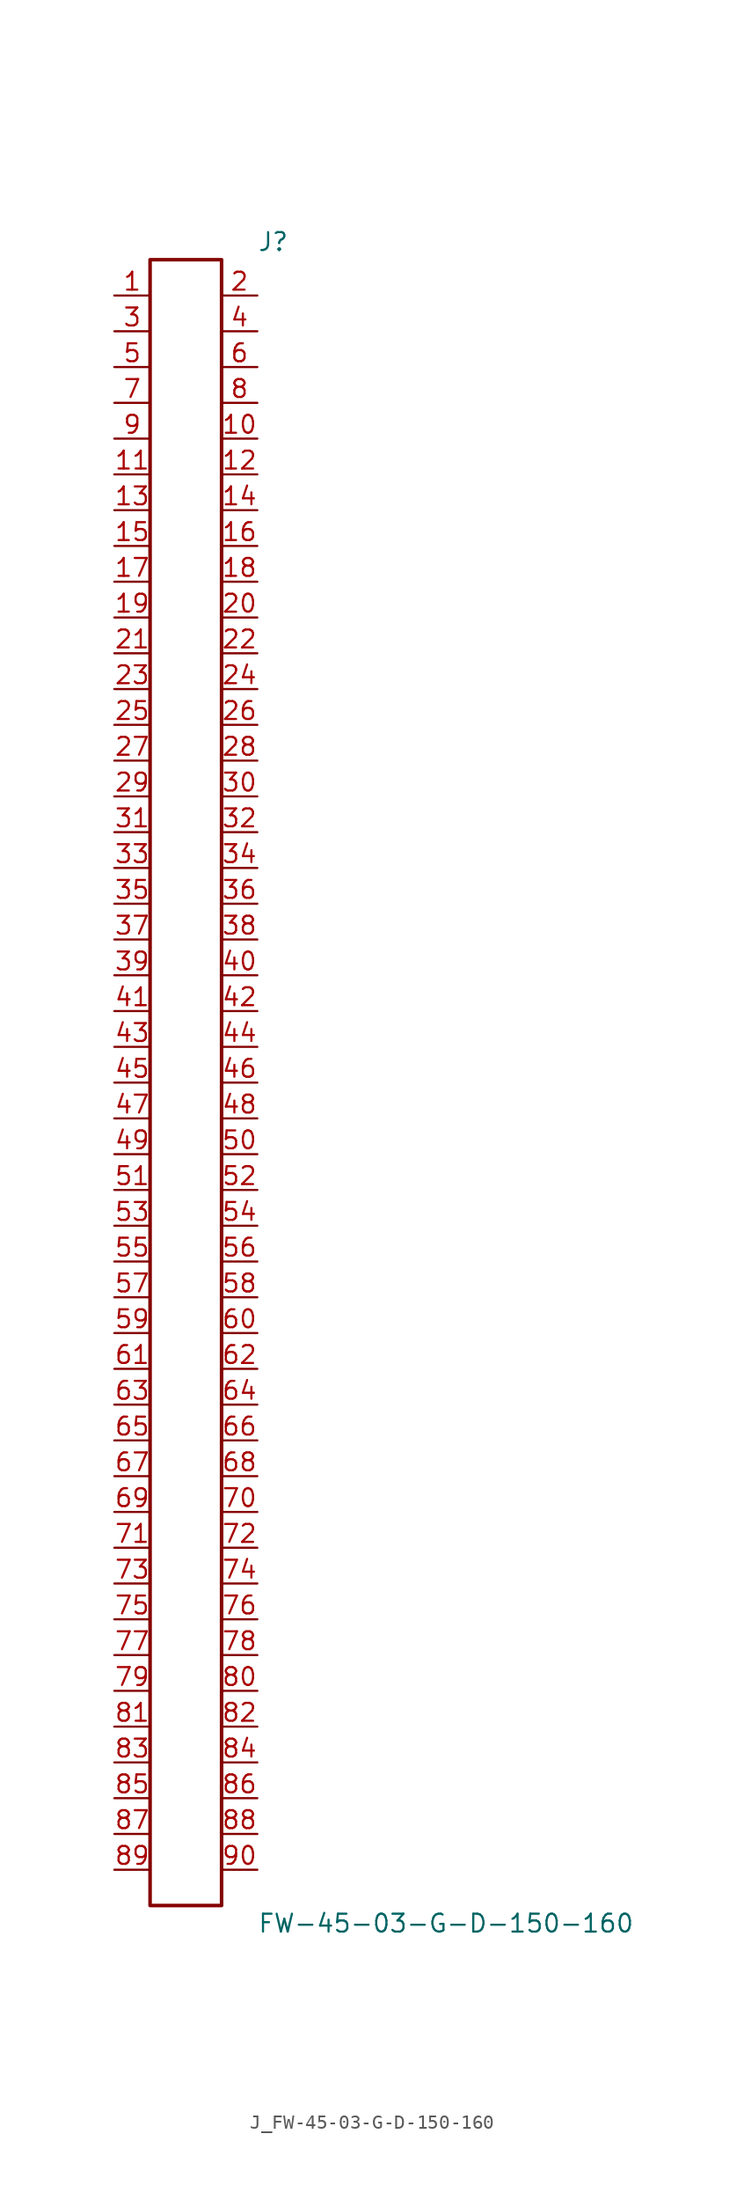
<source format=kicad_sym>
(kicad_symbol_lib
  (version 20231120)
  (generator kicad_symbol_editor)
  (generator_version 8.0)
  (symbol "J_FW-45-03-G-D-150-160"
    (pin_names
      (offset 0.254))
    (property "Reference" "J"
      (at 5.08 59.69 0)
      (effects (font (size 1.27 1.27)) (justify left)))
    (property "Value" "FW-45-03-G-D-150-160"
      (at 5.08 -59.69 0)
      (effects (font (size 1.27 1.27)) (justify left)))
    (symbol "J_FW-45-03-G-D-150-160_0_0"
      (pin passive line (at -5.08 55.88 0) (length 2.54) (name "" (effects (font (size 1.27 1.27)))) (number "1" (effects (font (size 1.27 1.27)))))
      (pin passive line (at 5.08 55.88 180) (length 2.54) (name "" (effects (font (size 1.27 1.27)))) (number "2" (effects (font (size 1.27 1.27)))))
      (pin passive line (at -5.08 53.34 0) (length 2.54) (name "" (effects (font (size 1.27 1.27)))) (number "3" (effects (font (size 1.27 1.27)))))
      (pin passive line (at 5.08 53.34 180) (length 2.54) (name "" (effects (font (size 1.27 1.27)))) (number "4" (effects (font (size 1.27 1.27)))))
      (pin passive line (at -5.08 50.8 0) (length 2.54) (name "" (effects (font (size 1.27 1.27)))) (number "5" (effects (font (size 1.27 1.27)))))
      (pin passive line (at 5.08 50.8 180) (length 2.54) (name "" (effects (font (size 1.27 1.27)))) (number "6" (effects (font (size 1.27 1.27)))))
      (pin passive line (at -5.08 48.26 0) (length 2.54) (name "" (effects (font (size 1.27 1.27)))) (number "7" (effects (font (size 1.27 1.27)))))
      (pin passive line (at 5.08 48.26 180) (length 2.54) (name "" (effects (font (size 1.27 1.27)))) (number "8" (effects (font (size 1.27 1.27)))))
      (pin passive line (at -5.08 45.72 0) (length 2.54) (name "" (effects (font (size 1.27 1.27)))) (number "9" (effects (font (size 1.27 1.27)))))
      (pin passive line (at 5.08 45.72 180) (length 2.54) (name "" (effects (font (size 1.27 1.27)))) (number "10" (effects (font (size 1.27 1.27)))))
      (pin passive line (at -5.08 43.18 0) (length 2.54) (name "" (effects (font (size 1.27 1.27)))) (number "11" (effects (font (size 1.27 1.27)))))
      (pin passive line (at 5.08 43.18 180) (length 2.54) (name "" (effects (font (size 1.27 1.27)))) (number "12" (effects (font (size 1.27 1.27)))))
      (pin passive line (at -5.08 40.64 0) (length 2.54) (name "" (effects (font (size 1.27 1.27)))) (number "13" (effects (font (size 1.27 1.27)))))
      (pin passive line (at 5.08 40.64 180) (length 2.54) (name "" (effects (font (size 1.27 1.27)))) (number "14" (effects (font (size 1.27 1.27)))))
      (pin passive line (at -5.08 38.1 0) (length 2.54) (name "" (effects (font (size 1.27 1.27)))) (number "15" (effects (font (size 1.27 1.27)))))
      (pin passive line (at 5.08 38.1 180) (length 2.54) (name "" (effects (font (size 1.27 1.27)))) (number "16" (effects (font (size 1.27 1.27)))))
      (pin passive line (at -5.08 35.56 0) (length 2.54) (name "" (effects (font (size 1.27 1.27)))) (number "17" (effects (font (size 1.27 1.27)))))
      (pin passive line (at 5.08 35.56 180) (length 2.54) (name "" (effects (font (size 1.27 1.27)))) (number "18" (effects (font (size 1.27 1.27)))))
      (pin passive line (at -5.08 33.02 0) (length 2.54) (name "" (effects (font (size 1.27 1.27)))) (number "19" (effects (font (size 1.27 1.27)))))
      (pin passive line (at 5.08 33.02 180) (length 2.54) (name "" (effects (font (size 1.27 1.27)))) (number "20" (effects (font (size 1.27 1.27)))))
      (pin passive line (at -5.08 30.48 0) (length 2.54) (name "" (effects (font (size 1.27 1.27)))) (number "21" (effects (font (size 1.27 1.27)))))
      (pin passive line (at 5.08 30.48 180) (length 2.54) (name "" (effects (font (size 1.27 1.27)))) (number "22" (effects (font (size 1.27 1.27)))))
      (pin passive line (at -5.08 27.94 0) (length 2.54) (name "" (effects (font (size 1.27 1.27)))) (number "23" (effects (font (size 1.27 1.27)))))
      (pin passive line (at 5.08 27.94 180) (length 2.54) (name "" (effects (font (size 1.27 1.27)))) (number "24" (effects (font (size 1.27 1.27)))))
      (pin passive line (at -5.08 25.4 0) (length 2.54) (name "" (effects (font (size 1.27 1.27)))) (number "25" (effects (font (size 1.27 1.27)))))
      (pin passive line (at 5.08 25.4 180) (length 2.54) (name "" (effects (font (size 1.27 1.27)))) (number "26" (effects (font (size 1.27 1.27)))))
      (pin passive line (at -5.08 22.86 0) (length 2.54) (name "" (effects (font (size 1.27 1.27)))) (number "27" (effects (font (size 1.27 1.27)))))
      (pin passive line (at 5.08 22.86 180) (length 2.54) (name "" (effects (font (size 1.27 1.27)))) (number "28" (effects (font (size 1.27 1.27)))))
      (pin passive line (at -5.08 20.32 0) (length 2.54) (name "" (effects (font (size 1.27 1.27)))) (number "29" (effects (font (size 1.27 1.27)))))
      (pin passive line (at 5.08 20.32 180) (length 2.54) (name "" (effects (font (size 1.27 1.27)))) (number "30" (effects (font (size 1.27 1.27)))))
      (pin passive line (at -5.08 17.78 0) (length 2.54) (name "" (effects (font (size 1.27 1.27)))) (number "31" (effects (font (size 1.27 1.27)))))
      (pin passive line (at 5.08 17.78 180) (length 2.54) (name "" (effects (font (size 1.27 1.27)))) (number "32" (effects (font (size 1.27 1.27)))))
      (pin passive line (at -5.08 15.24 0) (length 2.54) (name "" (effects (font (size 1.27 1.27)))) (number "33" (effects (font (size 1.27 1.27)))))
      (pin passive line (at 5.08 15.24 180) (length 2.54) (name "" (effects (font (size 1.27 1.27)))) (number "34" (effects (font (size 1.27 1.27)))))
      (pin passive line (at -5.08 12.7 0) (length 2.54) (name "" (effects (font (size 1.27 1.27)))) (number "35" (effects (font (size 1.27 1.27)))))
      (pin passive line (at 5.08 12.7 180) (length 2.54) (name "" (effects (font (size 1.27 1.27)))) (number "36" (effects (font (size 1.27 1.27)))))
      (pin passive line (at -5.08 10.16 0) (length 2.54) (name "" (effects (font (size 1.27 1.27)))) (number "37" (effects (font (size 1.27 1.27)))))
      (pin passive line (at 5.08 10.16 180) (length 2.54) (name "" (effects (font (size 1.27 1.27)))) (number "38" (effects (font (size 1.27 1.27)))))
      (pin passive line (at -5.08 7.62 0) (length 2.54) (name "" (effects (font (size 1.27 1.27)))) (number "39" (effects (font (size 1.27 1.27)))))
      (pin passive line (at 5.08 7.62 180) (length 2.54) (name "" (effects (font (size 1.27 1.27)))) (number "40" (effects (font (size 1.27 1.27)))))
      (pin passive line (at -5.08 5.08 0) (length 2.54) (name "" (effects (font (size 1.27 1.27)))) (number "41" (effects (font (size 1.27 1.27)))))
      (pin passive line (at 5.08 5.08 180) (length 2.54) (name "" (effects (font (size 1.27 1.27)))) (number "42" (effects (font (size 1.27 1.27)))))
      (pin passive line (at -5.08 2.54 0) (length 2.54) (name "" (effects (font (size 1.27 1.27)))) (number "43" (effects (font (size 1.27 1.27)))))
      (pin passive line (at 5.08 2.54 180) (length 2.54) (name "" (effects (font (size 1.27 1.27)))) (number "44" (effects (font (size 1.27 1.27)))))
      (pin passive line (at -5.08 0.0 0) (length 2.54) (name "" (effects (font (size 1.27 1.27)))) (number "45" (effects (font (size 1.27 1.27)))))
      (pin passive line (at 5.08 0.0 180) (length 2.54) (name "" (effects (font (size 1.27 1.27)))) (number "46" (effects (font (size 1.27 1.27)))))
      (pin passive line (at -5.08 -2.54 0) (length 2.54) (name "" (effects (font (size 1.27 1.27)))) (number "47" (effects (font (size 1.27 1.27)))))
      (pin passive line (at 5.08 -2.54 180) (length 2.54) (name "" (effects (font (size 1.27 1.27)))) (number "48" (effects (font (size 1.27 1.27)))))
      (pin passive line (at -5.08 -5.08 0) (length 2.54) (name "" (effects (font (size 1.27 1.27)))) (number "49" (effects (font (size 1.27 1.27)))))
      (pin passive line (at 5.08 -5.08 180) (length 2.54) (name "" (effects (font (size 1.27 1.27)))) (number "50" (effects (font (size 1.27 1.27)))))
      (pin passive line (at -5.08 -7.62 0) (length 2.54) (name "" (effects (font (size 1.27 1.27)))) (number "51" (effects (font (size 1.27 1.27)))))
      (pin passive line (at 5.08 -7.62 180) (length 2.54) (name "" (effects (font (size 1.27 1.27)))) (number "52" (effects (font (size 1.27 1.27)))))
      (pin passive line (at -5.08 -10.16 0) (length 2.54) (name "" (effects (font (size 1.27 1.27)))) (number "53" (effects (font (size 1.27 1.27)))))
      (pin passive line (at 5.08 -10.16 180) (length 2.54) (name "" (effects (font (size 1.27 1.27)))) (number "54" (effects (font (size 1.27 1.27)))))
      (pin passive line (at -5.08 -12.7 0) (length 2.54) (name "" (effects (font (size 1.27 1.27)))) (number "55" (effects (font (size 1.27 1.27)))))
      (pin passive line (at 5.08 -12.7 180) (length 2.54) (name "" (effects (font (size 1.27 1.27)))) (number "56" (effects (font (size 1.27 1.27)))))
      (pin passive line (at -5.08 -15.24 0) (length 2.54) (name "" (effects (font (size 1.27 1.27)))) (number "57" (effects (font (size 1.27 1.27)))))
      (pin passive line (at 5.08 -15.24 180) (length 2.54) (name "" (effects (font (size 1.27 1.27)))) (number "58" (effects (font (size 1.27 1.27)))))
      (pin passive line (at -5.08 -17.78 0) (length 2.54) (name "" (effects (font (size 1.27 1.27)))) (number "59" (effects (font (size 1.27 1.27)))))
      (pin passive line (at 5.08 -17.78 180) (length 2.54) (name "" (effects (font (size 1.27 1.27)))) (number "60" (effects (font (size 1.27 1.27)))))
      (pin passive line (at -5.08 -20.32 0) (length 2.54) (name "" (effects (font (size 1.27 1.27)))) (number "61" (effects (font (size 1.27 1.27)))))
      (pin passive line (at 5.08 -20.32 180) (length 2.54) (name "" (effects (font (size 1.27 1.27)))) (number "62" (effects (font (size 1.27 1.27)))))
      (pin passive line (at -5.08 -22.86 0) (length 2.54) (name "" (effects (font (size 1.27 1.27)))) (number "63" (effects (font (size 1.27 1.27)))))
      (pin passive line (at 5.08 -22.86 180) (length 2.54) (name "" (effects (font (size 1.27 1.27)))) (number "64" (effects (font (size 1.27 1.27)))))
      (pin passive line (at -5.08 -25.4 0) (length 2.54) (name "" (effects (font (size 1.27 1.27)))) (number "65" (effects (font (size 1.27 1.27)))))
      (pin passive line (at 5.08 -25.4 180) (length 2.54) (name "" (effects (font (size 1.27 1.27)))) (number "66" (effects (font (size 1.27 1.27)))))
      (pin passive line (at -5.08 -27.94 0) (length 2.54) (name "" (effects (font (size 1.27 1.27)))) (number "67" (effects (font (size 1.27 1.27)))))
      (pin passive line (at 5.08 -27.94 180) (length 2.54) (name "" (effects (font (size 1.27 1.27)))) (number "68" (effects (font (size 1.27 1.27)))))
      (pin passive line (at -5.08 -30.48 0) (length 2.54) (name "" (effects (font (size 1.27 1.27)))) (number "69" (effects (font (size 1.27 1.27)))))
      (pin passive line (at 5.08 -30.48 180) (length 2.54) (name "" (effects (font (size 1.27 1.27)))) (number "70" (effects (font (size 1.27 1.27)))))
      (pin passive line (at -5.08 -33.02 0) (length 2.54) (name "" (effects (font (size 1.27 1.27)))) (number "71" (effects (font (size 1.27 1.27)))))
      (pin passive line (at 5.08 -33.02 180) (length 2.54) (name "" (effects (font (size 1.27 1.27)))) (number "72" (effects (font (size 1.27 1.27)))))
      (pin passive line (at -5.08 -35.56 0) (length 2.54) (name "" (effects (font (size 1.27 1.27)))) (number "73" (effects (font (size 1.27 1.27)))))
      (pin passive line (at 5.08 -35.56 180) (length 2.54) (name "" (effects (font (size 1.27 1.27)))) (number "74" (effects (font (size 1.27 1.27)))))
      (pin passive line (at -5.08 -38.1 0) (length 2.54) (name "" (effects (font (size 1.27 1.27)))) (number "75" (effects (font (size 1.27 1.27)))))
      (pin passive line (at 5.08 -38.1 180) (length 2.54) (name "" (effects (font (size 1.27 1.27)))) (number "76" (effects (font (size 1.27 1.27)))))
      (pin passive line (at -5.08 -40.64 0) (length 2.54) (name "" (effects (font (size 1.27 1.27)))) (number "77" (effects (font (size 1.27 1.27)))))
      (pin passive line (at 5.08 -40.64 180) (length 2.54) (name "" (effects (font (size 1.27 1.27)))) (number "78" (effects (font (size 1.27 1.27)))))
      (pin passive line (at -5.08 -43.18 0) (length 2.54) (name "" (effects (font (size 1.27 1.27)))) (number "79" (effects (font (size 1.27 1.27)))))
      (pin passive line (at 5.08 -43.18 180) (length 2.54) (name "" (effects (font (size 1.27 1.27)))) (number "80" (effects (font (size 1.27 1.27)))))
      (pin passive line (at -5.08 -45.72 0) (length 2.54) (name "" (effects (font (size 1.27 1.27)))) (number "81" (effects (font (size 1.27 1.27)))))
      (pin passive line (at 5.08 -45.72 180) (length 2.54) (name "" (effects (font (size 1.27 1.27)))) (number "82" (effects (font (size 1.27 1.27)))))
      (pin passive line (at -5.08 -48.26 0) (length 2.54) (name "" (effects (font (size 1.27 1.27)))) (number "83" (effects (font (size 1.27 1.27)))))
      (pin passive line (at 5.08 -48.26 180) (length 2.54) (name "" (effects (font (size 1.27 1.27)))) (number "84" (effects (font (size 1.27 1.27)))))
      (pin passive line (at -5.08 -50.8 0) (length 2.54) (name "" (effects (font (size 1.27 1.27)))) (number "85" (effects (font (size 1.27 1.27)))))
      (pin passive line (at 5.08 -50.8 180) (length 2.54) (name "" (effects (font (size 1.27 1.27)))) (number "86" (effects (font (size 1.27 1.27)))))
      (pin passive line (at -5.08 -53.34 0) (length 2.54) (name "" (effects (font (size 1.27 1.27)))) (number "87" (effects (font (size 1.27 1.27)))))
      (pin passive line (at 5.08 -53.34 180) (length 2.54) (name "" (effects (font (size 1.27 1.27)))) (number "88" (effects (font (size 1.27 1.27)))))
      (pin passive line (at -5.08 -55.88 0) (length 2.54) (name "" (effects (font (size 1.27 1.27)))) (number "89" (effects (font (size 1.27 1.27)))))
      (pin passive line (at 5.08 -55.88 180) (length 2.54) (name "" (effects (font (size 1.27 1.27)))) (number "90" (effects (font (size 1.27 1.27))))))
    (symbol "J_FW-45-03-G-D-150-160_1_0"
      (rectangle (start -2.54 58.42) (end 2.54 -58.42) (stroke (width 0.254) (type solid)) (fill (type none))))))
</source>
